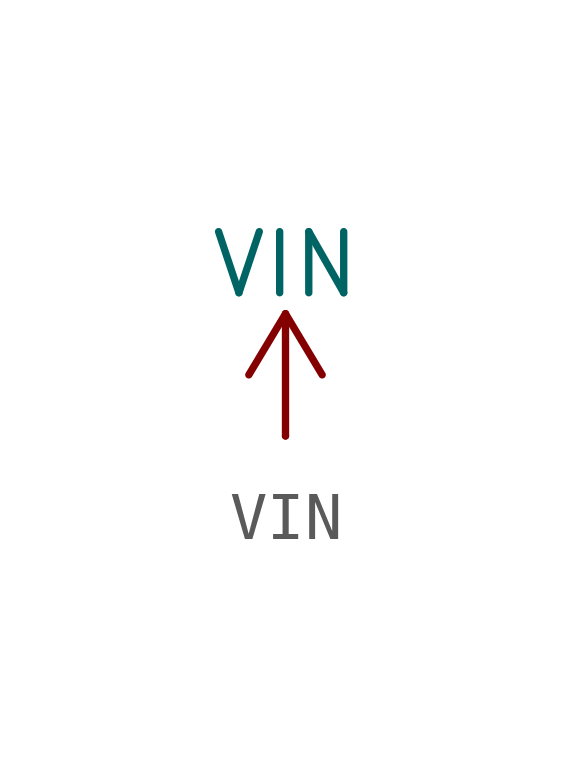
<source format=kicad_sym>
(kicad_symbol_lib
  (version 20241209)
  (generator "kicad_symbol_editor")
  (generator_version "9.0")
  (symbol "VIN"
    (power)
    (pin_numbers
      (hide yes))
    (pin_names
      (offset 0)
      (hide yes))
    (property "Reference" "#PWR"
      (at 0 -3.81 0)
      (effects (font (size 1.27 1.27)) (hide yes)))
    (property "Value" "VIN"
      (at 0 3.556 0)
      (effects (font (size 1.27 1.27))))
    (symbol "VIN_0_1"
      (polyline (pts (xy -0.762 1.27) (xy 0 2.54)) (stroke (width 0) (type default)) (fill (type none)))
      (polyline (pts (xy 0 2.54) (xy 0.762 1.27)) (stroke (width 0) (type default)) (fill (type none)))
      (polyline (pts (xy 0 0) (xy 0 2.54)) (stroke (width 0) (type default)) (fill (type none))))
    (symbol "VIN_1_1"
      (pin power_in line (at 0 0 90) (length 0) (name "~" (effects (font (size 1.27 1.27)))) (number "1" (effects (font (size 1.27 1.27))))))))
</source>
